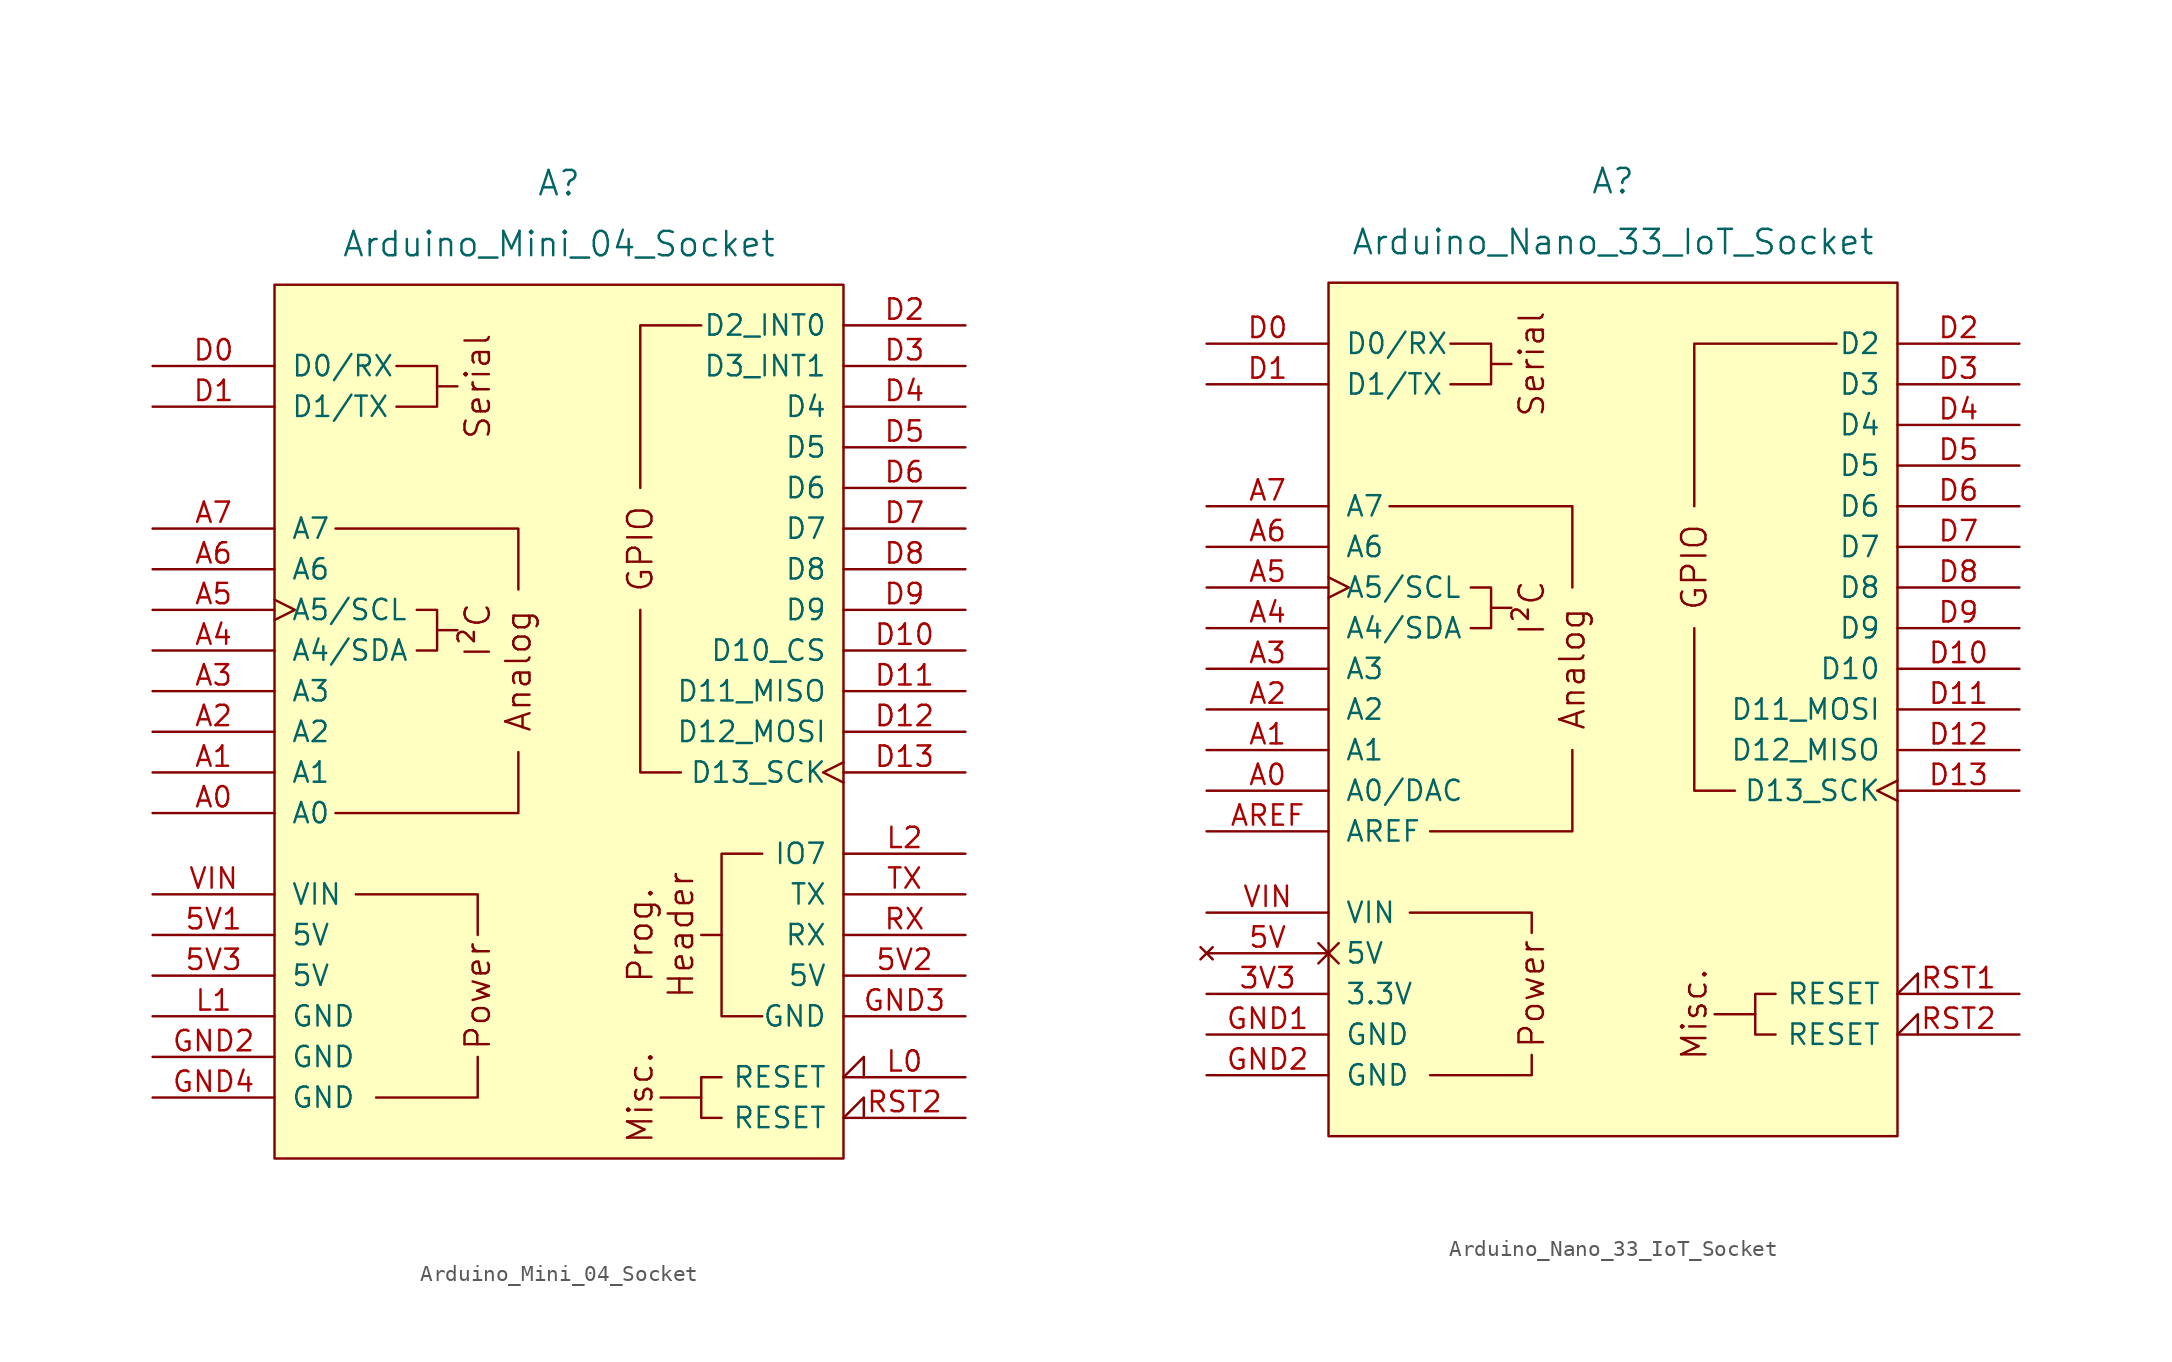
<source format=kicad_sym>
(kicad_symbol_lib
  (version 20231120)
  (generator "kicad_symbol_editor")
  (generator_version "8.0")
  (symbol "Arduino_Mini_04_Socket"
    (pin_names
      (offset 1.016))
    (property "Reference" "A"
      (at 0 34.29 0)
      (effects (font (size 1.524 1.524))))
    (property "Value" "Arduino_Mini_04_Socket"
      (at 0 30.48 0)
      (effects (font (size 1.524 1.524))))
    (symbol "Arduino_Mini_04_Socket_0_0"
      (rectangle (start -17.78 27.94) (end 17.78 -26.67) (stroke (width 0) (type default)) (fill (type background)))
      (polyline (pts (xy -7.62 6.35) (xy -6.35 6.35)) (stroke (width 0) (type default)) (fill (type none)))
      (polyline (pts (xy -7.62 21.59) (xy -6.35 21.59)) (stroke (width 0) (type default)) (fill (type none)))
      (polyline (pts (xy 8.89 -22.86) (xy 6.35 -22.86)) (stroke (width 0) (type default)) (fill (type none)))
      (polyline (pts (xy -11.43 -22.86) (xy -5.08 -22.86) (xy -5.08 -20.32)) (stroke (width 0) (type default)) (fill (type none)))
      (polyline (pts (xy -5.08 -12.7) (xy -5.08 -10.16) (xy -12.7 -10.16)) (stroke (width 0) (type default)) (fill (type none)))
      (polyline (pts (xy -2.54 -1.27) (xy -2.54 -5.08) (xy -13.97 -5.08)) (stroke (width 0) (type default)) (fill (type none)))
      (polyline (pts (xy -2.54 8.89) (xy -2.54 12.7) (xy -13.97 12.7)) (stroke (width 0) (type default)) (fill (type none)))
      (polyline (pts (xy 10.16 -12.7) (xy 10.16 -17.78) (xy 12.7 -17.78)) (stroke (width 0) (type default)) (fill (type none)))
      (polyline (pts (xy -10.16 22.86) (xy -7.62 22.86) (xy -7.62 20.32) (xy -10.16 20.32)) (stroke (width 0) (type default)) (fill (type none)))
      (polyline (pts (xy -8.89 7.62) (xy -7.62 7.62) (xy -7.62 5.08) (xy -8.89 5.08)) (stroke (width 0) (type default)) (fill (type none)))
      (polyline (pts (xy 12.7 -7.62) (xy 10.16 -7.62) (xy 10.16 -12.7) (xy 8.89 -12.7)) (stroke (width 0) (type default)) (fill (type none)))
      (text "Analog" (at -2.54 3.81 900) (effects (font (size 1.524 1.524))))
      (text "Header" (at 7.62 -12.7 900) (effects (font (size 1.524 1.524))))
      (text "I²C" (at -5.08 6.35 900) (effects (font (size 1.524 1.524))))
      (text "Misc." (at 5.08 -22.86 900) (effects (font (size 1.524 1.524))))
      (text "Power" (at -5.08 -16.51 900) (effects (font (size 1.524 1.524))))
      (text "Prog." (at 5.08 -12.7 900) (effects (font (size 1.524 1.524))))
      (text "Serial" (at -5.08 21.59 900) (effects (font (size 1.524 1.524)))))
    (symbol "Arduino_Mini_04_Socket_0_1"
      (polyline (pts (xy 7.62 -2.54) (xy 5.08 -2.54) (xy 5.08 7.62)) (stroke (width 0) (type default)) (fill (type none)))
      (polyline (pts (xy 8.89 25.4) (xy 5.08 25.4) (xy 5.08 15.24)) (stroke (width 0) (type default)) (fill (type none)))
      (polyline (pts (xy 10.16 -21.59) (xy 8.89 -21.59) (xy 8.89 -24.13) (xy 10.16 -24.13)) (stroke (width 0) (type default)) (fill (type none))))
    (symbol "Arduino_Mini_04_Socket_1_0"
      (text "GPIO" (at 5.08 11.43 900) (effects (font (size 1.524 1.524)))))
    (symbol "Arduino_Mini_04_Socket_1_1"
      (pin power_in line (at -25.4 -12.7 0) (length 7.62) (name "5V" (effects (font (size 1.27 1.27)))) (number "5V1" (effects (font (size 1.27 1.27)))))
      (pin power_in line (at 25.4 -15.24 180) (length 7.62) (name "5V" (effects (font (size 1.27 1.27)))) (number "5V2" (effects (font (size 1.27 1.27)))))
      (pin power_in line (at -25.4 -15.24 0) (length 7.62) (name "5V" (effects (font (size 1.27 1.27)))) (number "5V3" (effects (font (size 1.27 1.27)))))
      (pin bidirectional line (at -25.4 -5.08 0) (length 7.62) (name "A0" (effects (font (size 1.27 1.27)))) (number "A0" (effects (font (size 1.27 1.27)))))
      (pin bidirectional line (at -25.4 -2.54 0) (length 7.62) (name "A1" (effects (font (size 1.27 1.27)))) (number "A1" (effects (font (size 1.27 1.27)))))
      (pin bidirectional line (at -25.4 0 0) (length 7.62) (name "A2" (effects (font (size 1.27 1.27)))) (number "A2" (effects (font (size 1.27 1.27)))))
      (pin bidirectional line (at -25.4 2.54 0) (length 7.62) (name "A3" (effects (font (size 1.27 1.27)))) (number "A3" (effects (font (size 1.27 1.27)))))
      (pin bidirectional line (at -25.4 5.08 0) (length 7.62) (name "A4/SDA" (effects (font (size 1.27 1.27)))) (number "A4" (effects (font (size 1.27 1.27)))))
      (pin bidirectional clock (at -25.4 7.62 0) (length 7.62) (name "A5/SCL" (effects (font (size 1.27 1.27)))) (number "A5" (effects (font (size 1.27 1.27)))))
      (pin input line (at -25.4 10.16 0) (length 7.62) (name "A6" (effects (font (size 1.27 1.27)))) (number "A6" (effects (font (size 1.27 1.27)))))
      (pin input line (at -25.4 12.7 0) (length 7.62) (name "A7" (effects (font (size 1.27 1.27)))) (number "A7" (effects (font (size 1.27 1.27)))))
      (pin bidirectional line (at -25.4 22.86 0) (length 7.62) (name "D0/RX" (effects (font (size 1.27 1.27)))) (number "D0" (effects (font (size 1.27 1.27)))))
      (pin bidirectional line (at -25.4 20.32 0) (length 7.62) (name "D1/TX" (effects (font (size 1.27 1.27)))) (number "D1" (effects (font (size 1.27 1.27)))))
      (pin bidirectional line (at 25.4 5.08 180) (length 7.62) (name "D10_CS" (effects (font (size 1.27 1.27)))) (number "D10" (effects (font (size 1.27 1.27)))))
      (pin bidirectional line (at 25.4 2.54 180) (length 7.62) (name "D11_MISO" (effects (font (size 1.27 1.27)))) (number "D11" (effects (font (size 1.27 1.27)))))
      (pin bidirectional line (at 25.4 0 180) (length 7.62) (name "D12_MOSI" (effects (font (size 1.27 1.27)))) (number "D12" (effects (font (size 1.27 1.27)))))
      (pin bidirectional clock (at 25.4 -2.54 180) (length 7.62) (name "D13_SCK" (effects (font (size 1.27 1.27)))) (number "D13" (effects (font (size 1.27 1.27)))))
      (pin bidirectional line (at 25.4 25.4 180) (length 7.62) (name "D2_INT0" (effects (font (size 1.27 1.27)))) (number "D2" (effects (font (size 1.27 1.27)))))
      (pin bidirectional line (at 25.4 22.86 180) (length 7.62) (name "D3_INT1" (effects (font (size 1.27 1.27)))) (number "D3" (effects (font (size 1.27 1.27)))))
      (pin bidirectional line (at 25.4 20.32 180) (length 7.62) (name "D4" (effects (font (size 1.27 1.27)))) (number "D4" (effects (font (size 1.27 1.27)))))
      (pin bidirectional line (at 25.4 17.78 180) (length 7.62) (name "D5" (effects (font (size 1.27 1.27)))) (number "D5" (effects (font (size 1.27 1.27)))))
      (pin bidirectional line (at 25.4 15.24 180) (length 7.62) (name "D6" (effects (font (size 1.27 1.27)))) (number "D6" (effects (font (size 1.27 1.27)))))
      (pin bidirectional line (at 25.4 12.7 180) (length 7.62) (name "D7" (effects (font (size 1.27 1.27)))) (number "D7" (effects (font (size 1.27 1.27)))))
      (pin bidirectional line (at 25.4 10.16 180) (length 7.62) (name "D8" (effects (font (size 1.27 1.27)))) (number "D8" (effects (font (size 1.27 1.27)))))
      (pin bidirectional line (at 25.4 7.62 180) (length 7.62) (name "D9" (effects (font (size 1.27 1.27)))) (number "D9" (effects (font (size 1.27 1.27)))))
      (pin power_in line (at -25.4 -20.32 0) (length 7.62) (name "GND" (effects (font (size 1.27 1.27)))) (number "GND2" (effects (font (size 1.27 1.27)))))
      (pin power_in line (at 25.4 -17.78 180) (length 7.62) (name "GND" (effects (font (size 1.27 1.27)))) (number "GND3" (effects (font (size 1.27 1.27)))))
      (pin power_in line (at -25.4 -22.86 0) (length 7.62) (name "GND" (effects (font (size 1.27 1.27)))) (number "GND4" (effects (font (size 1.27 1.27)))))
      (pin open_collector input_low (at 25.4 -21.59 180) (length 7.62) (name "RESET" (effects (font (size 1.27 1.27)))) (number "L0" (effects (font (size 1.27 1.27)))))
      (pin power_in line (at -25.4 -17.78 0) (length 7.62) (name "GND" (effects (font (size 1.27 1.27)))) (number "L1" (effects (font (size 1.27 1.27)))))
      (pin bidirectional line (at 25.4 -7.62 180) (length 7.62) (name "IO7" (effects (font (size 1.27 1.27)))) (number "L2" (effects (font (size 1.27 1.27)))))
      (pin open_collector input_low (at 25.4 -24.13 180) (length 7.62) (name "RESET" (effects (font (size 1.27 1.27)))) (number "RST2" (effects (font (size 1.27 1.27)))))
      (pin bidirectional line (at 25.4 -12.7 180) (length 7.62) (name "RX" (effects (font (size 1.27 1.27)))) (number "RX" (effects (font (size 1.27 1.27)))))
      (pin bidirectional line (at 25.4 -10.16 180) (length 7.62) (name "TX" (effects (font (size 1.27 1.27)))) (number "TX" (effects (font (size 1.27 1.27)))))
      (pin power_in line (at -25.4 -10.16 0) (length 7.62) (name "VIN" (effects (font (size 1.27 1.27)))) (number "VIN" (effects (font (size 1.27 1.27)))))))
  (symbol "Arduino_Nano_33_IoT_Socket"
    (pin_names
      (offset 1.016))
    (property "Reference" "A"
      (at 0 33.02 0)
      (effects (font (size 1.524 1.524))))
    (property "Value" "Arduino_Nano_33_IoT_Socket"
      (at 0 29.21 0)
      (effects (font (size 1.524 1.524))))
    (symbol "Arduino_Nano_33_IoT_Socket_0_0"
      (rectangle (start -17.78 26.67) (end 17.78 -26.67) (stroke (width 0) (type default)) (fill (type background)))
      (polyline (pts (xy -7.62 6.35) (xy -6.35 6.35)) (stroke (width 0) (type default)) (fill (type none)))
      (polyline (pts (xy -7.62 21.59) (xy -6.35 21.59)) (stroke (width 0) (type default)) (fill (type none)))
      (polyline (pts (xy 8.89 -19.05) (xy 6.35 -19.05)) (stroke (width 0) (type default)) (fill (type none)))
      (polyline (pts (xy -11.43 -22.86) (xy -5.08 -22.86) (xy -5.08 -21.59)) (stroke (width 0) (type default)) (fill (type none)))
      (polyline (pts (xy -5.08 -13.97) (xy -5.08 -12.7) (xy -12.7 -12.7)) (stroke (width 0) (type default)) (fill (type none)))
      (polyline (pts (xy -10.16 22.86) (xy -7.62 22.86) (xy -7.62 20.32) (xy -10.16 20.32)) (stroke (width 0) (type default)) (fill (type none)))
      (polyline (pts (xy -8.89 7.62) (xy -7.62 7.62) (xy -7.62 5.08) (xy -8.89 5.08)) (stroke (width 0) (type default)) (fill (type none)))
      (text "Analog" (at -2.54 2.54 900) (effects (font (size 1.524 1.524))))
      (text "I²C" (at -5.08 6.35 900) (effects (font (size 1.524 1.524))))
      (text "Misc." (at 5.08 -19.05 900) (effects (font (size 1.524 1.524))))
      (text "Power" (at -5.08 -17.78 900) (effects (font (size 1.524 1.524))))
      (text "Serial" (at -5.08 21.59 900) (effects (font (size 1.524 1.524)))))
    (symbol "Arduino_Nano_33_IoT_Socket_0_1"
      (polyline (pts (xy -13.97 12.7) (xy -2.54 12.7) (xy -2.54 7.62)) (stroke (width 0) (type default)) (fill (type none)))
      (polyline (pts (xy -11.43 -7.62) (xy -2.54 -7.62) (xy -2.54 -2.54)) (stroke (width 0) (type default)) (fill (type none)))
      (polyline (pts (xy 7.62 -5.08) (xy 5.08 -5.08) (xy 5.08 5.08)) (stroke (width 0) (type default)) (fill (type none)))
      (polyline (pts (xy 13.97 22.86) (xy 5.08 22.86) (xy 5.08 12.7)) (stroke (width 0) (type default)) (fill (type none)))
      (polyline (pts (xy 10.16 -17.78) (xy 8.89 -17.78) (xy 8.89 -20.32) (xy 10.16 -20.32)) (stroke (width 0) (type default)) (fill (type none))))
    (symbol "Arduino_Nano_33_IoT_Socket_1_0"
      (text "GPIO" (at 5.08 8.89 900) (effects (font (size 1.524 1.524)))))
    (symbol "Arduino_Nano_33_IoT_Socket_1_1"
      (pin power_in line (at -25.4 -17.78 0) (length 7.62) (name "3.3V" (effects (font (size 1.27 1.27)))) (number "3V3" (effects (font (size 1.27 1.27)))))
      (pin no_connect non_logic (at -25.4 -15.24 0) (length 7.62) (name "5V" (effects (font (size 1.27 1.27)))) (number "5V" (effects (font (size 1.27 1.27)))))
      (pin bidirectional line (at -25.4 -5.08 0) (length 7.62) (name "A0/DAC" (effects (font (size 1.27 1.27)))) (number "A0" (effects (font (size 1.27 1.27)))))
      (pin bidirectional line (at -25.4 -2.54 0) (length 7.62) (name "A1" (effects (font (size 1.27 1.27)))) (number "A1" (effects (font (size 1.27 1.27)))))
      (pin bidirectional line (at -25.4 0 0) (length 7.62) (name "A2" (effects (font (size 1.27 1.27)))) (number "A2" (effects (font (size 1.27 1.27)))))
      (pin bidirectional line (at -25.4 2.54 0) (length 7.62) (name "A3" (effects (font (size 1.27 1.27)))) (number "A3" (effects (font (size 1.27 1.27)))))
      (pin bidirectional line (at -25.4 5.08 0) (length 7.62) (name "A4/SDA" (effects (font (size 1.27 1.27)))) (number "A4" (effects (font (size 1.27 1.27)))))
      (pin bidirectional clock (at -25.4 7.62 0) (length 7.62) (name "A5/SCL" (effects (font (size 1.27 1.27)))) (number "A5" (effects (font (size 1.27 1.27)))))
      (pin input line (at -25.4 10.16 0) (length 7.62) (name "A6" (effects (font (size 1.27 1.27)))) (number "A6" (effects (font (size 1.27 1.27)))))
      (pin input line (at -25.4 12.7 0) (length 7.62) (name "A7" (effects (font (size 1.27 1.27)))) (number "A7" (effects (font (size 1.27 1.27)))))
      (pin input line (at -25.4 -7.62 0) (length 7.62) (name "AREF" (effects (font (size 1.27 1.27)))) (number "AREF" (effects (font (size 1.27 1.27)))))
      (pin bidirectional line (at -25.4 22.86 0) (length 7.62) (name "D0/RX" (effects (font (size 1.27 1.27)))) (number "D0" (effects (font (size 1.27 1.27)))))
      (pin bidirectional line (at -25.4 20.32 0) (length 7.62) (name "D1/TX" (effects (font (size 1.27 1.27)))) (number "D1" (effects (font (size 1.27 1.27)))))
      (pin bidirectional line (at 25.4 2.54 180) (length 7.62) (name "D10" (effects (font (size 1.27 1.27)))) (number "D10" (effects (font (size 1.27 1.27)))))
      (pin bidirectional line (at 25.4 0 180) (length 7.62) (name "D11_MOSI" (effects (font (size 1.27 1.27)))) (number "D11" (effects (font (size 1.27 1.27)))))
      (pin bidirectional line (at 25.4 -2.54 180) (length 7.62) (name "D12_MISO" (effects (font (size 1.27 1.27)))) (number "D12" (effects (font (size 1.27 1.27)))))
      (pin bidirectional clock (at 25.4 -5.08 180) (length 7.62) (name "D13_SCK" (effects (font (size 1.27 1.27)))) (number "D13" (effects (font (size 1.27 1.27)))))
      (pin bidirectional line (at 25.4 22.86 180) (length 7.62) (name "D2" (effects (font (size 1.27 1.27)))) (number "D2" (effects (font (size 1.27 1.27)))))
      (pin bidirectional line (at 25.4 20.32 180) (length 7.62) (name "D3" (effects (font (size 1.27 1.27)))) (number "D3" (effects (font (size 1.27 1.27)))))
      (pin bidirectional line (at 25.4 17.78 180) (length 7.62) (name "D4" (effects (font (size 1.27 1.27)))) (number "D4" (effects (font (size 1.27 1.27)))))
      (pin bidirectional line (at 25.4 15.24 180) (length 7.62) (name "D5" (effects (font (size 1.27 1.27)))) (number "D5" (effects (font (size 1.27 1.27)))))
      (pin bidirectional line (at 25.4 12.7 180) (length 7.62) (name "D6" (effects (font (size 1.27 1.27)))) (number "D6" (effects (font (size 1.27 1.27)))))
      (pin bidirectional line (at 25.4 10.16 180) (length 7.62) (name "D7" (effects (font (size 1.27 1.27)))) (number "D7" (effects (font (size 1.27 1.27)))))
      (pin bidirectional line (at 25.4 7.62 180) (length 7.62) (name "D8" (effects (font (size 1.27 1.27)))) (number "D8" (effects (font (size 1.27 1.27)))))
      (pin bidirectional line (at 25.4 5.08 180) (length 7.62) (name "D9" (effects (font (size 1.27 1.27)))) (number "D9" (effects (font (size 1.27 1.27)))))
      (pin power_in line (at -25.4 -20.32 0) (length 7.62) (name "GND" (effects (font (size 1.27 1.27)))) (number "GND1" (effects (font (size 1.27 1.27)))))
      (pin power_in line (at -25.4 -22.86 0) (length 7.62) (name "GND" (effects (font (size 1.27 1.27)))) (number "GND2" (effects (font (size 1.27 1.27)))))
      (pin open_collector input_low (at 25.4 -17.78 180) (length 7.62) (name "RESET" (effects (font (size 1.27 1.27)))) (number "RST1" (effects (font (size 1.27 1.27)))))
      (pin open_collector input_low (at 25.4 -20.32 180) (length 7.62) (name "RESET" (effects (font (size 1.27 1.27)))) (number "RST2" (effects (font (size 1.27 1.27)))))
      (pin power_in line (at -25.4 -12.7 0) (length 7.62) (name "VIN" (effects (font (size 1.27 1.27)))) (number "VIN" (effects (font (size 1.27 1.27))))))))
</source>
